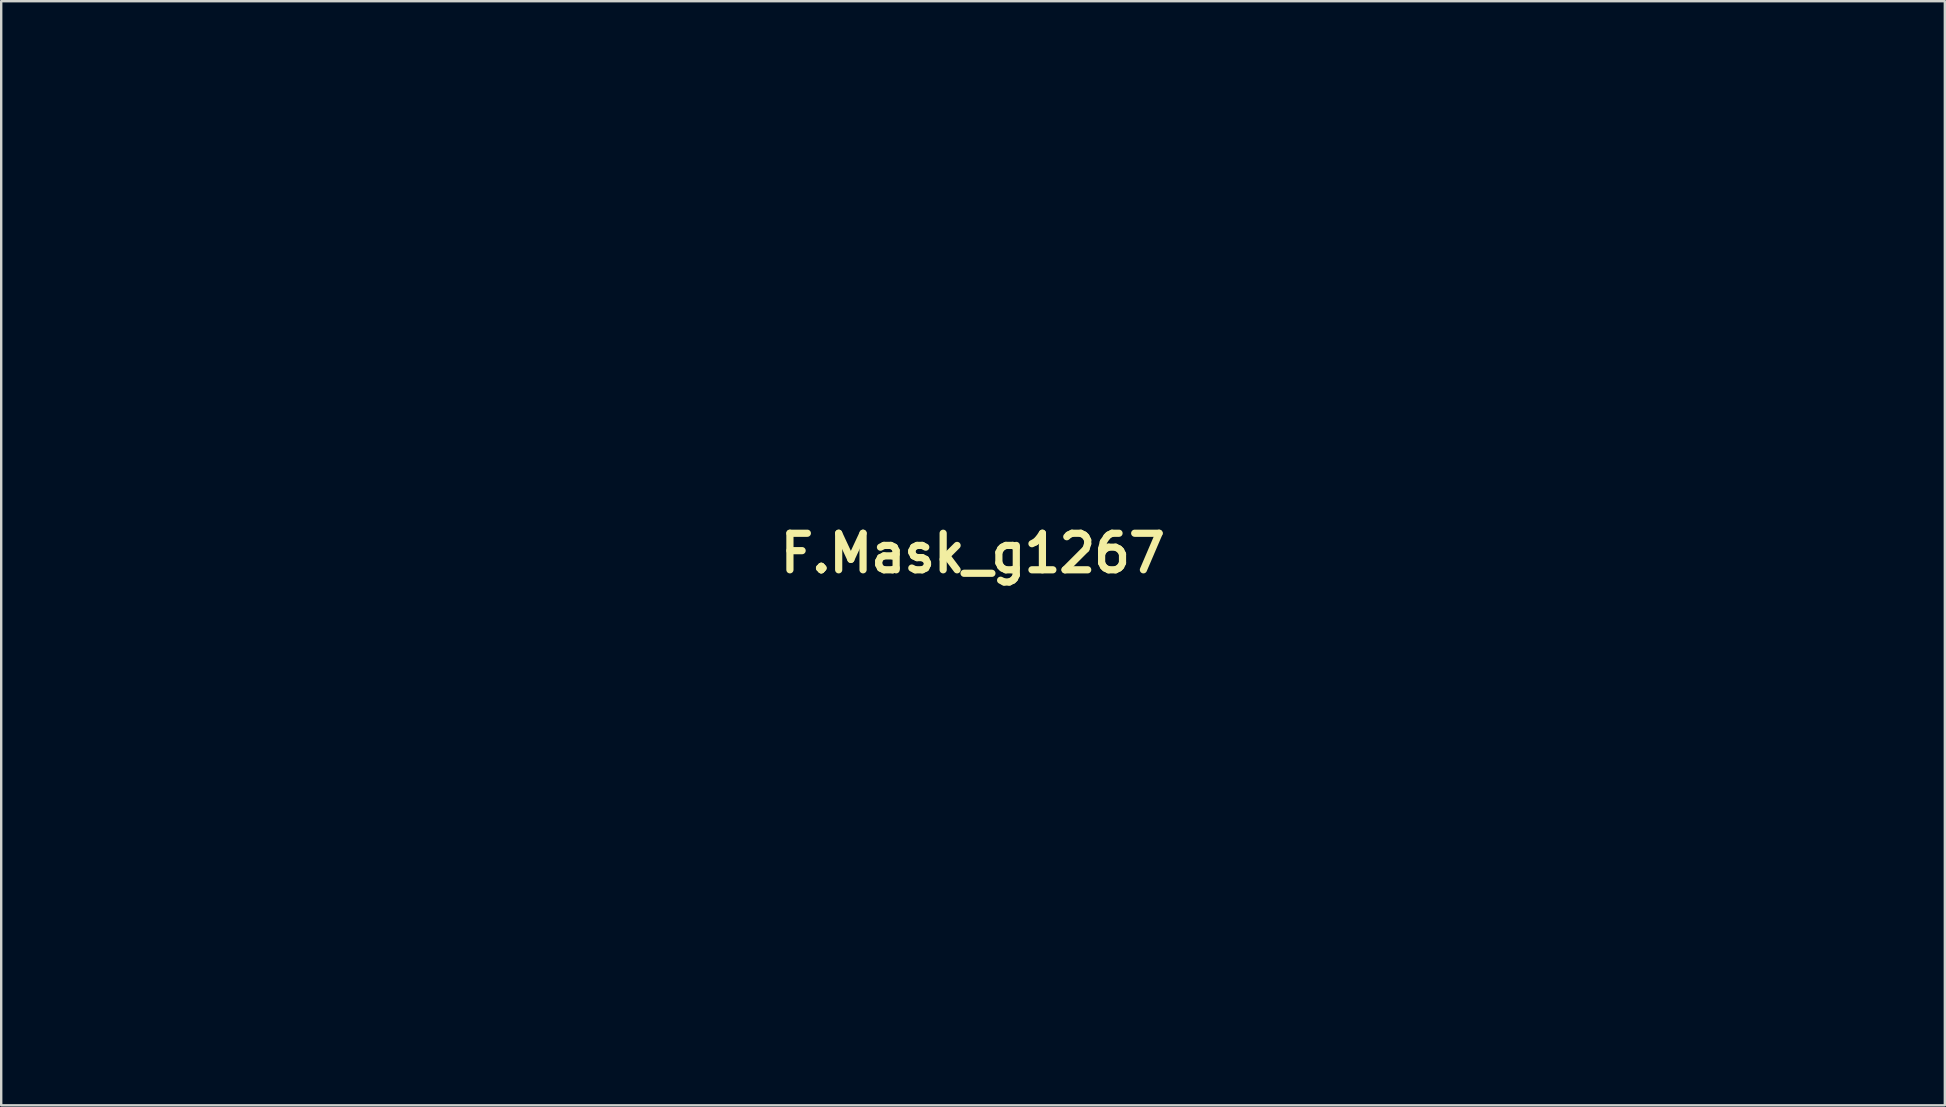
<source format=kicad_pcb>
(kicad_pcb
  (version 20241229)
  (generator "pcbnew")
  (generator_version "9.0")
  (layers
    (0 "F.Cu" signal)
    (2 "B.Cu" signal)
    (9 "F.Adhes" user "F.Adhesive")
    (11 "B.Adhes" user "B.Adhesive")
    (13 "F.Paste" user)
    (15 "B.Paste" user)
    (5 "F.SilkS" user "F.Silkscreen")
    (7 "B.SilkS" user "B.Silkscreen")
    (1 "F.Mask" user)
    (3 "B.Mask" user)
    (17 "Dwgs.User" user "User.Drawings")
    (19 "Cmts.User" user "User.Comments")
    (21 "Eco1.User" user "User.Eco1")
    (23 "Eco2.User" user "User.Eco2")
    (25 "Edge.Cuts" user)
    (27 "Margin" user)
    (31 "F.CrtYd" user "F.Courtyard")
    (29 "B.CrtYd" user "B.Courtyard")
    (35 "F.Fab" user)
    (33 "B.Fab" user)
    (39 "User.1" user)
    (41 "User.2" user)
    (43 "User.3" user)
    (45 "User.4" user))
  (footprint "F.Mask_g1267"
    (layer "F.Cu")
    (at 37.491 20.008)
    (property "Reference" "F.Mask_g1267" (at 0 0 0) (layer "F.SilkS") (effects (font (size 1.524 1.524) (thickness 0.3))))
    (attr through_hole)
    (fp_poly (pts (xy 37.507 -12.314) (xy 37.507 -4.625) (xy 27.771 5.112) (xy 27.771 20.003) (xy -27.75 20.003) (xy -27.75 5.112) (xy -37.486 -4.625) (xy -37.486 -20.003) (xy 37.507 -20.003) (xy 37.507 -12.314)) (stroke (width 0.01) (type solid)) (fill yes) (layer "F.Mask")))
  (gr_rect
    (start -3 -3)
    (end 78.004 43.015)
    (stroke (width 0.1) (type default))
    (fill no)
    (layer "Edge.Cuts")))
</source>
